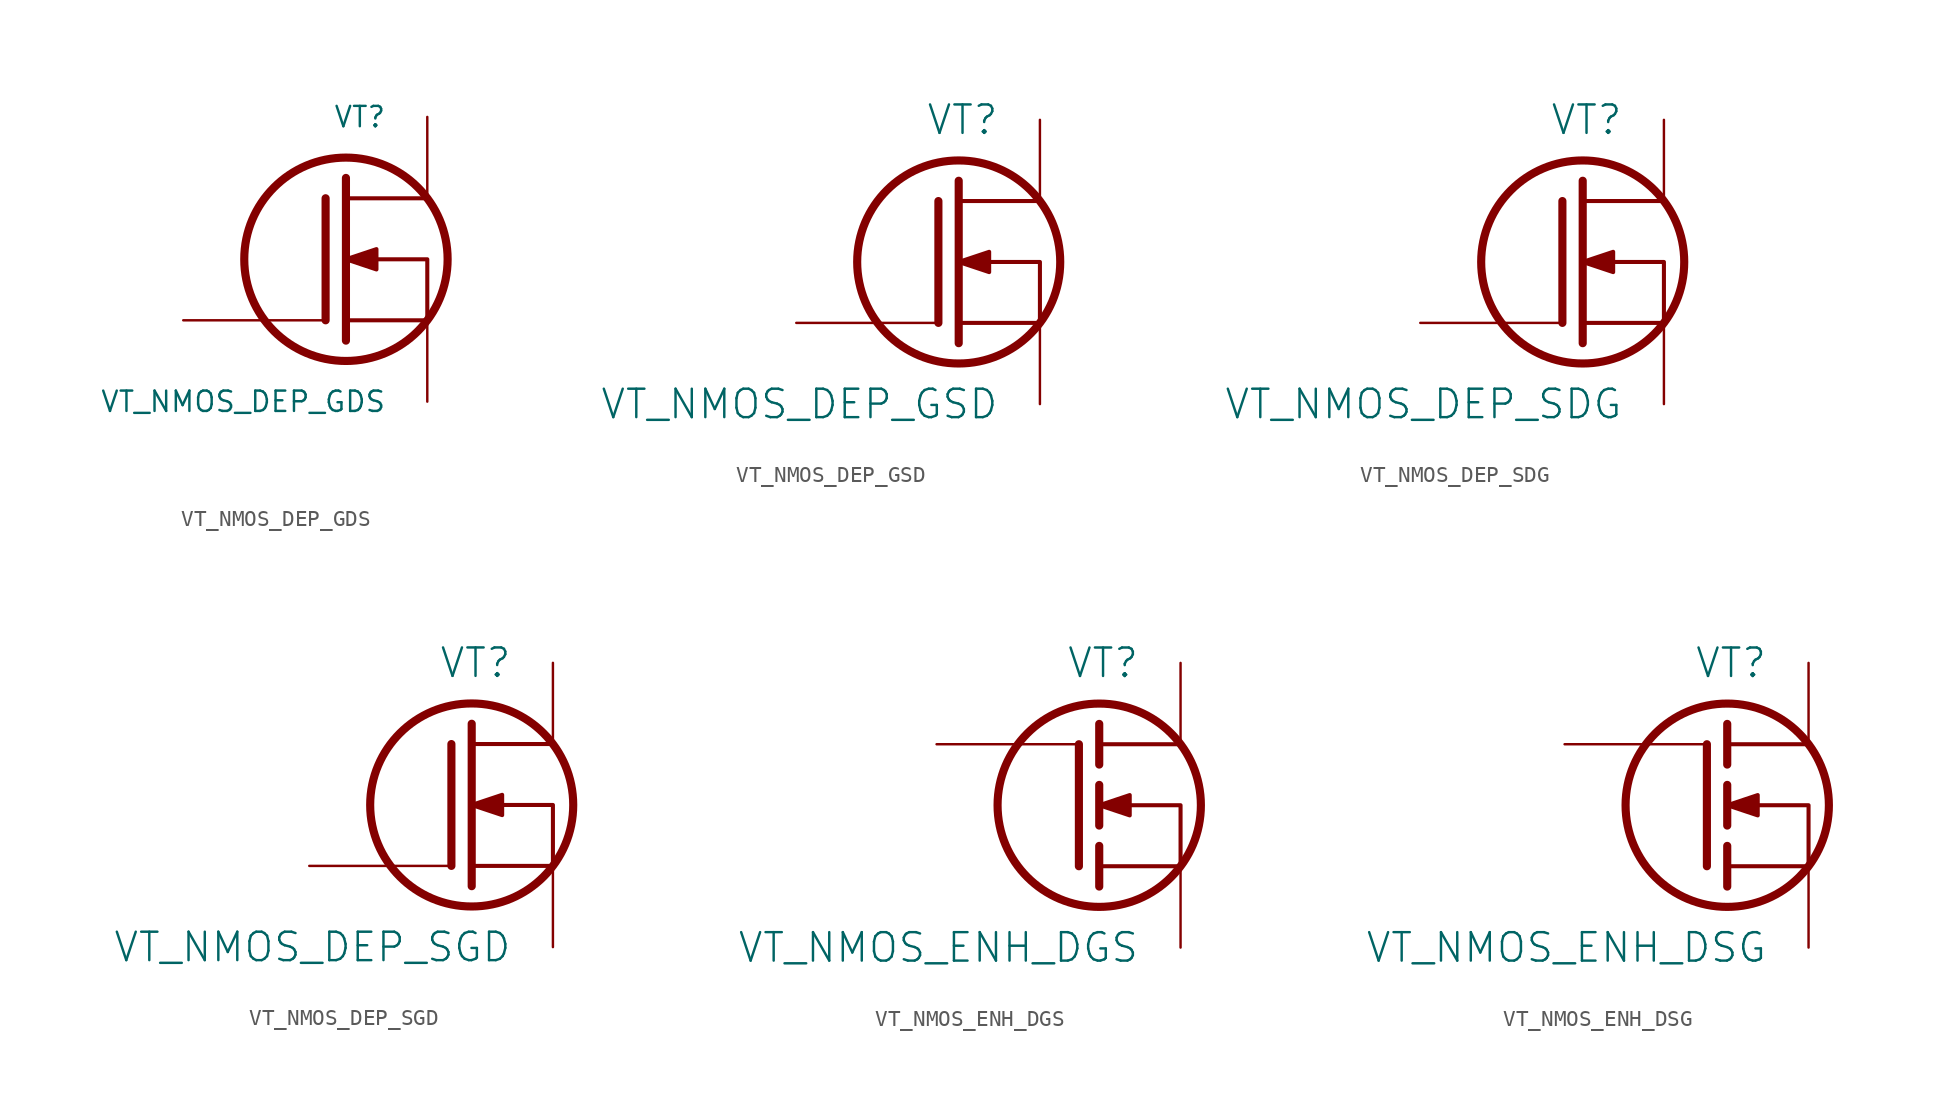
<source format=kicad_sym>
(kicad_symbol_lib
  (version 20211014)
  (generator kicad_symbol_editor)
  (symbol "VT_NMOS_DEP_GDS"
    (pin_names
      (offset 0))
    (property "Reference" "VT"
      (at 2.54 8.89 0)
      (effects (font (size 1.27 1.27)) (justify right)))
    (property "Value" "VT_NMOS_DEP_GDS"
      (at 2.54 -8.89 0)
      (effects (font (size 1.27 1.27)) (justify right)))
    (property "MNP" ""
      (at -13.208 -10.922 0)
      (effects (font (size 1.27 1.27))))
    (property "Assembly" ""
      (at -13.462 -12.7 0)
      (effects (font (size 1.27 1.27))))
    (symbol "VT_NMOS_DEP_GDS_0_1"
      (polyline (pts (xy -10.16 -3.81) (xy -1.27 -3.81)) (stroke (width 0) (type default) (color 0 0 0 0)) (fill (type none)))
      (polyline (pts (xy -1.27 3.81) (xy -1.27 -3.81)) (stroke (width 0.508) (type default) (color 0 0 0 0)) (fill (type none)))
      (polyline (pts (xy 0 -3.81) (xy 5.08 -3.81)) (stroke (width 0.254) (type default) (color 0 0 0 0)) (fill (type none)))
      (polyline (pts (xy 0 3.81) (xy 5.08 3.81)) (stroke (width 0.254) (type default) (color 0 0 0 0)) (fill (type none)))
      (polyline (pts (xy 0 5.08) (xy 0 -5.08)) (stroke (width 0.508) (type default) (color 0 0 0 0)) (fill (type none)))
      (polyline (pts (xy 5.08 -3.81) (xy 5.08 -8.89)) (stroke (width 0) (type default) (color 0 0 0 0)) (fill (type none)))
      (polyline (pts (xy 5.08 3.81) (xy 5.08 8.89)) (stroke (width 0) (type default) (color 0 0 0 0)) (fill (type none)))
      (polyline (pts (xy 0 0) (xy 5.08 0) (xy 5.08 -3.81)) (stroke (width 0.254) (type default) (color 0 0 0 0)) (fill (type none)))
      (polyline (pts (xy 1.905 -0.635) (xy 0 0) (xy 1.905 0.635) (xy 1.905 -0.635)) (stroke (width 0.254) (type default) (color 0 0 0 0)) (fill (type outline)))
      (circle (center 0 0) (radius 6.35) (stroke (width 0.508) (type default) (color 0 0 0 0)) (fill (type none))))
    (symbol "VT_NMOS_DEP_GDS_1_1"
      (pin passive line (at -10.16 -3.81 0) (length 2.54) hide (name "G" (effects (font (size 1.27 1.27)))) (number "1" (effects (font (size 1.27 1.27)))))
      (pin passive line (at 5.08 8.89 270) (length 2.54) hide (name "D" (effects (font (size 1.27 1.27)))) (number "2" (effects (font (size 1.27 1.27)))))
      (pin passive line (at 5.08 -8.89 90) (length 2.54) hide (name "S" (effects (font (size 1.27 1.27)))) (number "3" (effects (font (size 1.27 1.27)))))))
  (symbol "VT_NMOS_DEP_GSD"
    (pin_names
      (offset 0))
    (property "Reference" "VT"
      (at 2.54 8.89 0)
      (effects (font (size 1.778 1.778)) (justify right)))
    (property "Value" "VT_NMOS_DEP_GSD"
      (at 2.54 -8.89 0)
      (effects (font (size 1.778 1.778)) (justify right)))
    (symbol "VT_NMOS_DEP_GSD_0_1"
      (polyline (pts (xy -10.16 -3.81) (xy -1.27 -3.81)) (stroke (width 0) (type default) (color 0 0 0 0)) (fill (type none)))
      (polyline (pts (xy -1.27 3.81) (xy -1.27 -3.81)) (stroke (width 0.508) (type default) (color 0 0 0 0)) (fill (type none)))
      (polyline (pts (xy 0 -3.81) (xy 5.08 -3.81)) (stroke (width 0.254) (type default) (color 0 0 0 0)) (fill (type none)))
      (polyline (pts (xy 0 3.81) (xy 5.08 3.81)) (stroke (width 0.254) (type default) (color 0 0 0 0)) (fill (type none)))
      (polyline (pts (xy 0 5.08) (xy 0 -5.08)) (stroke (width 0.508) (type default) (color 0 0 0 0)) (fill (type none)))
      (polyline (pts (xy 5.08 -3.81) (xy 5.08 -8.89)) (stroke (width 0) (type default) (color 0 0 0 0)) (fill (type none)))
      (polyline (pts (xy 5.08 3.81) (xy 5.08 8.89)) (stroke (width 0) (type default) (color 0 0 0 0)) (fill (type none)))
      (polyline (pts (xy 0 0) (xy 5.08 0) (xy 5.08 -3.81)) (stroke (width 0.254) (type default) (color 0 0 0 0)) (fill (type none)))
      (polyline (pts (xy 1.905 -0.635) (xy 0 0) (xy 1.905 0.635) (xy 1.905 -0.635)) (stroke (width 0.254) (type default) (color 0 0 0 0)) (fill (type outline)))
      (circle (center 0 0) (radius 6.35) (stroke (width 0.508) (type default) (color 0 0 0 0)) (fill (type none))))
    (symbol "VT_NMOS_DEP_GSD_1_1"
      (pin passive line (at -10.16 -3.81 0) (length 2.54) hide (name "G" (effects (font (size 1.27 1.27)))) (number "1" (effects (font (size 1.27 1.27)))))
      (pin passive line (at 5.08 -8.89 90) (length 2.54) hide (name "S" (effects (font (size 1.27 1.27)))) (number "2" (effects (font (size 1.27 1.27)))))
      (pin passive line (at 5.08 8.89 270) (length 2.54) hide (name "D" (effects (font (size 1.27 1.27)))) (number "3" (effects (font (size 1.27 1.27)))))))
  (symbol "VT_NMOS_DEP_SDG"
    (pin_names
      (offset 0))
    (property "Reference" "VT"
      (at 2.54 8.89 0)
      (effects (font (size 1.778 1.778)) (justify right)))
    (property "Value" "VT_NMOS_DEP_SDG"
      (at 2.54 -8.89 0)
      (effects (font (size 1.778 1.778)) (justify right)))
    (symbol "VT_NMOS_DEP_SDG_0_1"
      (polyline (pts (xy -10.16 -3.81) (xy -1.27 -3.81)) (stroke (width 0) (type default) (color 0 0 0 0)) (fill (type none)))
      (polyline (pts (xy -1.27 3.81) (xy -1.27 -3.81)) (stroke (width 0.508) (type default) (color 0 0 0 0)) (fill (type none)))
      (polyline (pts (xy 0 -3.81) (xy 5.08 -3.81)) (stroke (width 0.254) (type default) (color 0 0 0 0)) (fill (type none)))
      (polyline (pts (xy 0 3.81) (xy 5.08 3.81)) (stroke (width 0.254) (type default) (color 0 0 0 0)) (fill (type none)))
      (polyline (pts (xy 0 5.08) (xy 0 -5.08)) (stroke (width 0.508) (type default) (color 0 0 0 0)) (fill (type none)))
      (polyline (pts (xy 5.08 -3.81) (xy 5.08 -8.89)) (stroke (width 0) (type default) (color 0 0 0 0)) (fill (type none)))
      (polyline (pts (xy 5.08 3.81) (xy 5.08 8.89)) (stroke (width 0) (type default) (color 0 0 0 0)) (fill (type none)))
      (polyline (pts (xy 0 0) (xy 5.08 0) (xy 5.08 -3.81)) (stroke (width 0.254) (type default) (color 0 0 0 0)) (fill (type none)))
      (polyline (pts (xy 1.905 -0.635) (xy 0 0) (xy 1.905 0.635) (xy 1.905 -0.635)) (stroke (width 0.254) (type default) (color 0 0 0 0)) (fill (type outline)))
      (circle (center 0 0) (radius 6.35) (stroke (width 0.508) (type default) (color 0 0 0 0)) (fill (type none))))
    (symbol "VT_NMOS_DEP_SDG_1_1"
      (pin passive line (at 5.08 -8.89 90) (length 2.54) hide (name "S" (effects (font (size 1.27 1.27)))) (number "1" (effects (font (size 1.27 1.27)))))
      (pin passive line (at 5.08 8.89 270) (length 2.54) hide (name "D" (effects (font (size 1.27 1.27)))) (number "2" (effects (font (size 1.27 1.27)))))
      (pin passive line (at -10.16 -3.81 0) (length 2.54) hide (name "G" (effects (font (size 1.27 1.27)))) (number "3" (effects (font (size 1.27 1.27)))))))
  (symbol "VT_NMOS_DEP_SGD"
    (pin_names
      (offset 0))
    (property "Reference" "VT"
      (at 2.54 8.89 0)
      (effects (font (size 1.778 1.778)) (justify right)))
    (property "Value" "VT_NMOS_DEP_SGD"
      (at 2.54 -8.89 0)
      (effects (font (size 1.778 1.778)) (justify right)))
    (symbol "VT_NMOS_DEP_SGD_0_1"
      (polyline (pts (xy -10.16 -3.81) (xy -1.27 -3.81)) (stroke (width 0) (type default) (color 0 0 0 0)) (fill (type none)))
      (polyline (pts (xy -1.27 3.81) (xy -1.27 -3.81)) (stroke (width 0.508) (type default) (color 0 0 0 0)) (fill (type none)))
      (polyline (pts (xy 0 -3.81) (xy 5.08 -3.81)) (stroke (width 0.254) (type default) (color 0 0 0 0)) (fill (type none)))
      (polyline (pts (xy 0 3.81) (xy 5.08 3.81)) (stroke (width 0.254) (type default) (color 0 0 0 0)) (fill (type none)))
      (polyline (pts (xy 0 5.08) (xy 0 -5.08)) (stroke (width 0.508) (type default) (color 0 0 0 0)) (fill (type none)))
      (polyline (pts (xy 5.08 -3.81) (xy 5.08 -8.89)) (stroke (width 0) (type default) (color 0 0 0 0)) (fill (type none)))
      (polyline (pts (xy 5.08 3.81) (xy 5.08 8.89)) (stroke (width 0) (type default) (color 0 0 0 0)) (fill (type none)))
      (polyline (pts (xy 0 0) (xy 5.08 0) (xy 5.08 -3.81)) (stroke (width 0.254) (type default) (color 0 0 0 0)) (fill (type none)))
      (polyline (pts (xy 1.905 -0.635) (xy 0 0) (xy 1.905 0.635) (xy 1.905 -0.635)) (stroke (width 0.254) (type default) (color 0 0 0 0)) (fill (type outline)))
      (circle (center 0 0) (radius 6.35) (stroke (width 0.508) (type default) (color 0 0 0 0)) (fill (type none))))
    (symbol "VT_NMOS_DEP_SGD_1_1"
      (pin passive line (at 5.08 -8.89 90) (length 2.54) hide (name "S" (effects (font (size 1.27 1.27)))) (number "1" (effects (font (size 1.27 1.27)))))
      (pin passive line (at -10.16 -3.81 0) (length 2.54) hide (name "G" (effects (font (size 1.27 1.27)))) (number "2" (effects (font (size 1.27 1.27)))))
      (pin passive line (at 5.08 8.89 270) (length 2.54) hide (name "D" (effects (font (size 1.27 1.27)))) (number "3" (effects (font (size 1.27 1.27)))))))
  (symbol "VT_NMOS_ENH_DGS"
    (pin_names
      (offset 0))
    (property "Reference" "VT"
      (at 2.54 8.89 0)
      (effects (font (size 1.778 1.778)) (justify right)))
    (property "Value" "VT_NMOS_ENH_DGS"
      (at 2.54 -8.89 0)
      (effects (font (size 1.778 1.778)) (justify right)))
    (symbol "VT_NMOS_ENH_DGS_0_1"
      (polyline (pts (xy -10.16 3.81) (xy -1.27 3.81)) (stroke (width 0) (type default) (color 0 0 0 0)) (fill (type none)))
      (polyline (pts (xy -1.27 -3.81) (xy -1.27 3.81)) (stroke (width 0.508) (type default) (color 0 0 0 0)) (fill (type none)))
      (polyline (pts (xy 0 -3.81) (xy 5.08 -3.81)) (stroke (width 0.254) (type default) (color 0 0 0 0)) (fill (type none)))
      (polyline (pts (xy 0 -2.54) (xy 0 -5.08)) (stroke (width 0.508) (type default) (color 0 0 0 0)) (fill (type none)))
      (polyline (pts (xy 0 1.27) (xy 0 -1.27)) (stroke (width 0.508) (type default) (color 0 0 0 0)) (fill (type none)))
      (polyline (pts (xy 0 3.81) (xy 5.08 3.81)) (stroke (width 0.254) (type default) (color 0 0 0 0)) (fill (type none)))
      (polyline (pts (xy 0 5.08) (xy 0 2.54)) (stroke (width 0.508) (type default) (color 0 0 0 0)) (fill (type none)))
      (polyline (pts (xy 5.08 -3.81) (xy 5.08 -8.89)) (stroke (width 0) (type default) (color 0 0 0 0)) (fill (type none)))
      (polyline (pts (xy 5.08 8.89) (xy 5.08 3.81)) (stroke (width 0) (type default) (color 0 0 0 0)) (fill (type none)))
      (polyline (pts (xy 0 0) (xy 5.08 0) (xy 5.08 -3.81)) (stroke (width 0.254) (type default) (color 0 0 0 0)) (fill (type none)))
      (polyline (pts (xy 1.905 -0.635) (xy 0 0) (xy 1.905 0.635) (xy 1.905 -0.635)) (stroke (width 0.254) (type default) (color 0 0 0 0)) (fill (type outline)))
      (circle (center 0 0) (radius 6.35) (stroke (width 0.508) (type default) (color 0 0 0 0)) (fill (type none))))
    (symbol "VT_NMOS_ENH_DGS_1_1"
      (pin passive line (at 5.08 8.89 270) (length 2.54) hide (name "D" (effects (font (size 1.27 1.27)))) (number "1" (effects (font (size 1.27 1.27)))))
      (pin passive line (at -10.16 3.81 0) (length 2.54) hide (name "G" (effects (font (size 1.27 1.27)))) (number "2" (effects (font (size 1.27 1.27)))))
      (pin passive line (at 5.08 -8.89 90) (length 2.54) hide (name "S" (effects (font (size 1.27 1.27)))) (number "3" (effects (font (size 1.27 1.27)))))))
  (symbol "VT_NMOS_ENH_DSG"
    (pin_names
      (offset 0))
    (property "Reference" "VT"
      (at 2.54 8.89 0)
      (effects (font (size 1.778 1.778)) (justify right)))
    (property "Value" "VT_NMOS_ENH_DSG"
      (at 2.54 -8.89 0)
      (effects (font (size 1.778 1.778)) (justify right)))
    (symbol "VT_NMOS_ENH_DSG_0_1"
      (polyline (pts (xy -10.16 3.81) (xy -1.27 3.81)) (stroke (width 0) (type default) (color 0 0 0 0)) (fill (type none)))
      (polyline (pts (xy -1.27 -3.81) (xy -1.27 3.81)) (stroke (width 0.508) (type default) (color 0 0 0 0)) (fill (type none)))
      (polyline (pts (xy 0 -3.81) (xy 5.08 -3.81)) (stroke (width 0.254) (type default) (color 0 0 0 0)) (fill (type none)))
      (polyline (pts (xy 0 -2.54) (xy 0 -5.08)) (stroke (width 0.508) (type default) (color 0 0 0 0)) (fill (type none)))
      (polyline (pts (xy 0 1.27) (xy 0 -1.27)) (stroke (width 0.508) (type default) (color 0 0 0 0)) (fill (type none)))
      (polyline (pts (xy 0 3.81) (xy 5.08 3.81)) (stroke (width 0.254) (type default) (color 0 0 0 0)) (fill (type none)))
      (polyline (pts (xy 0 5.08) (xy 0 2.54)) (stroke (width 0.508) (type default) (color 0 0 0 0)) (fill (type none)))
      (polyline (pts (xy 5.08 -3.81) (xy 5.08 -8.89)) (stroke (width 0) (type default) (color 0 0 0 0)) (fill (type none)))
      (polyline (pts (xy 5.08 8.89) (xy 5.08 3.81)) (stroke (width 0) (type default) (color 0 0 0 0)) (fill (type none)))
      (polyline (pts (xy 0 0) (xy 5.08 0) (xy 5.08 -3.81)) (stroke (width 0.254) (type default) (color 0 0 0 0)) (fill (type none)))
      (polyline (pts (xy 1.905 -0.635) (xy 0 0) (xy 1.905 0.635) (xy 1.905 -0.635)) (stroke (width 0.254) (type default) (color 0 0 0 0)) (fill (type outline)))
      (circle (center 0 0) (radius 6.35) (stroke (width 0.508) (type default) (color 0 0 0 0)) (fill (type none))))
    (symbol "VT_NMOS_ENH_DSG_1_1"
      (pin passive line (at 5.08 8.89 270) (length 2.54) hide (name "D" (effects (font (size 1.27 1.27)))) (number "1" (effects (font (size 1.27 1.27)))))
      (pin passive line (at 5.08 -8.89 90) (length 2.54) hide (name "S" (effects (font (size 1.27 1.27)))) (number "2" (effects (font (size 1.27 1.27)))))
      (pin passive line (at -10.16 3.81 0) (length 2.54) hide (name "G" (effects (font (size 1.27 1.27)))) (number "3" (effects (font (size 1.27 1.27))))))))
</source>
